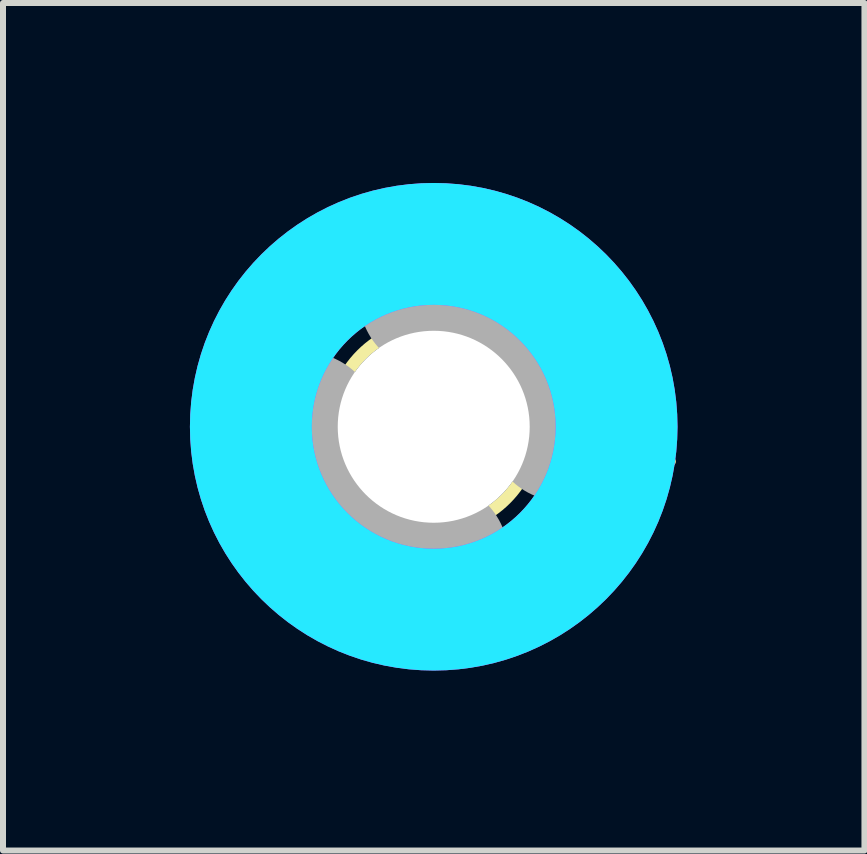
<source format=kicad_pcb>
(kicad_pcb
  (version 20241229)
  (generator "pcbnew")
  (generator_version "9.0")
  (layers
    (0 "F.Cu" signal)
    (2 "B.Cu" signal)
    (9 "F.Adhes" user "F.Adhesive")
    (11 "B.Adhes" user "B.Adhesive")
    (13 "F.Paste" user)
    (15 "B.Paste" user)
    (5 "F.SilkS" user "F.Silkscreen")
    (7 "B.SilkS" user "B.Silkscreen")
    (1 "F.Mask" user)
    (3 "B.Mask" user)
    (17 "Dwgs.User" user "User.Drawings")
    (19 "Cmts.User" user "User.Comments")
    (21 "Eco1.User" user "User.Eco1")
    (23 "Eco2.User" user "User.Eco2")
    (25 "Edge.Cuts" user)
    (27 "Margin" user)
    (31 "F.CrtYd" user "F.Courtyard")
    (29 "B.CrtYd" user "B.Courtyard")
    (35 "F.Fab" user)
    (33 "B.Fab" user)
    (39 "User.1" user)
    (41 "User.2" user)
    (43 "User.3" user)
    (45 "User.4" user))
  (footprint "footprint"
    (layer "F.Cu")
    (at 4.18 4.064)
    (property "Reference" "footprint" (at 0 0 0) (layer "F.SilkS") (effects (font (size 1.27 1.27) (thickness 0.15))))
    (fp_circle (center 0 0) (end 1.7 0) (stroke (width 0.203) (type solid)) (fill no) (layer "F.SilkS"))
    (fp_circle (center 0 0) (end 3.429 0) (stroke (width 0.152) (type solid)) (fill no) (layer "F.SilkS"))
    (fp_circle (center 0 0) (end 3.048 0) (stroke (width 2.032) (type solid)) (fill no) (layer "B.CrtYd"))
    (fp_circle (center 0 0) (end 3.048 0) (stroke (width 2.032) (type solid)) (fill no) (layer "F.CrtYd"))
    (fp_arc (start 0 -2.159) (mid 1.526644 -1.526644) (end 2.159 0) (stroke (width 2.4892) (type solid)) (layer "F.Fab"))
    (fp_arc (start 0 2.159) (mid -1.526644 1.526644) (end -2.159 0) (stroke (width 2.4892) (type solid)) (layer "F.Fab"))
    (fp_circle (center 0 0) (end 0.762 0) (stroke (width 0.457) (type solid)) (fill no) (layer "F.Fab"))
    (pad "" np_thru_hole circle (at 0 0) (size 3.2 3.2) (drill 3.2) (layers "*.Cu" "*.Mask"))
    (zone (net_name "") (layer "F.Cu") (hatch edge 0.508) (connect_pads) (min_thickness 0.254) (filled_areas_thickness no) (keepout (tracks not_allowed) (vias not_allowed) (pads not_allowed) (copperpour not_allowed) (footprints allowed)) (placement (enabled no)) (fill) (polygon (pts (xy 8.244 4.064) (xy 8.182 3.358) (xy 7.999 2.674) (xy 7.7 2.032) (xy 7.293 1.452) (xy 6.792 0.951) (xy 6.212 0.544) (xy 5.57 0.245) (xy 4.886 0.062) (xy 4.18 0) (xy 3.474 0.062) (xy 2.79 0.245) (xy 2.148 0.544) (xy 1.568 0.951) (xy 1.067 1.452) (xy 0.661 2.032) (xy 0.361 2.674) (xy 0.178 3.358) (xy 0.116 4.064) (xy 0.178 4.77) (xy 0.361 5.454) (xy 0.661 6.096) (xy 1.067 6.676) (xy 1.568 7.177) (xy 2.148 7.584) (xy 2.79 7.883) (xy 3.474 8.066) (xy 4.18 8.128) (xy 4.886 8.066) (xy 5.57 7.883) (xy 6.212 7.584) (xy 6.792 7.177) (xy 7.293 6.676) (xy 7.7 6.096) (xy 7.999 5.454) (xy 8.182 4.77))) (polygon (pts (xy 6.212 4.064) (xy 6.181 3.711) (xy 6.09 3.369) (xy 5.94 3.048) (xy 5.737 2.758) (xy 5.486 2.507) (xy 5.196 2.304) (xy 4.875 2.155) (xy 4.533 2.063) (xy 4.18 2.032) (xy 3.827 2.063) (xy 3.485 2.155) (xy 3.164 2.304) (xy 2.874 2.507) (xy 2.624 2.758) (xy 2.42 3.048) (xy 2.271 3.369) (xy 2.179 3.711) (xy 2.148 4.064) (xy 2.179 4.417) (xy 2.271 4.759) (xy 2.42 5.08) (xy 2.624 5.37) (xy 2.874 5.621) (xy 3.164 5.824) (xy 3.485 5.973) (xy 3.827 6.065) (xy 4.18 6.096) (xy 4.533 6.065) (xy 4.875 5.973) (xy 5.196 5.824) (xy 5.486 5.621) (xy 5.737 5.37) (xy 5.94 5.08) (xy 6.09 4.759) (xy 6.181 4.417))))
    (zone (net_name "") (layers "F.Cu" "B.Cu") (hatch edge 0.508) (connect_pads) (min_thickness 0.254) (filled_areas_thickness no) (keepout (tracks allowed) (vias not_allowed) (pads allowed) (copperpour allowed) (footprints allowed)) (placement (enabled no)) (fill) (polygon (pts (xy 8.244 4.064) (xy 8.182 3.358) (xy 7.999 2.674) (xy 7.7 2.032) (xy 7.293 1.452) (xy 6.792 0.951) (xy 6.212 0.544) (xy 5.57 0.245) (xy 4.886 0.062) (xy 4.18 0) (xy 3.474 0.062) (xy 2.79 0.245) (xy 2.148 0.544) (xy 1.568 0.951) (xy 1.067 1.452) (xy 0.661 2.032) (xy 0.361 2.674) (xy 0.178 3.358) (xy 0.116 4.064) (xy 0.178 4.77) (xy 0.361 5.454) (xy 0.661 6.096) (xy 1.067 6.676) (xy 1.568 7.177) (xy 2.148 7.584) (xy 2.79 7.883) (xy 3.474 8.066) (xy 4.18 8.128) (xy 4.886 8.066) (xy 5.57 7.883) (xy 6.212 7.584) (xy 6.792 7.177) (xy 7.293 6.676) (xy 7.7 6.096) (xy 7.999 5.454) (xy 8.182 4.77))) (polygon (pts (xy 6.212 4.064) (xy 6.181 3.711) (xy 6.09 3.369) (xy 5.94 3.048) (xy 5.737 2.758) (xy 5.486 2.507) (xy 5.196 2.304) (xy 4.875 2.155) (xy 4.533 2.063) (xy 4.18 2.032) (xy 3.827 2.063) (xy 3.485 2.155) (xy 3.164 2.304) (xy 2.874 2.507) (xy 2.624 2.758) (xy 2.42 3.048) (xy 2.271 3.369) (xy 2.179 3.711) (xy 2.148 4.064) (xy 2.179 4.417) (xy 2.271 4.759) (xy 2.42 5.08) (xy 2.624 5.37) (xy 2.874 5.621) (xy 3.164 5.824) (xy 3.485 5.973) (xy 3.827 6.065) (xy 4.18 6.096) (xy 4.533 6.065) (xy 4.875 5.973) (xy 5.196 5.824) (xy 5.486 5.621) (xy 5.737 5.37) (xy 5.94 5.08) (xy 6.09 4.759) (xy 6.181 4.417))))
    (zone (net_name "") (layer "B.Cu") (hatch edge 0.508) (connect_pads) (min_thickness 0.254) (filled_areas_thickness no) (keepout (tracks not_allowed) (vias not_allowed) (pads not_allowed) (copperpour not_allowed) (footprints allowed)) (placement (enabled no)) (fill) (polygon (pts (xy 8.244 4.064) (xy 8.182 3.358) (xy 7.999 2.674) (xy 7.7 2.032) (xy 7.293 1.452) (xy 6.792 0.951) (xy 6.212 0.544) (xy 5.57 0.245) (xy 4.886 0.062) (xy 4.18 0) (xy 3.474 0.062) (xy 2.79 0.245) (xy 2.148 0.544) (xy 1.568 0.951) (xy 1.067 1.452) (xy 0.661 2.032) (xy 0.361 2.674) (xy 0.178 3.358) (xy 0.116 4.064) (xy 0.178 4.77) (xy 0.361 5.454) (xy 0.661 6.096) (xy 1.067 6.676) (xy 1.568 7.177) (xy 2.148 7.584) (xy 2.79 7.883) (xy 3.474 8.066) (xy 4.18 8.128) (xy 4.886 8.066) (xy 5.57 7.883) (xy 6.212 7.584) (xy 6.792 7.177) (xy 7.293 6.676) (xy 7.7 6.096) (xy 7.999 5.454) (xy 8.182 4.77))) (polygon (pts (xy 6.212 4.064) (xy 6.181 3.711) (xy 6.09 3.369) (xy 5.94 3.048) (xy 5.737 2.758) (xy 5.486 2.507) (xy 5.196 2.304) (xy 4.875 2.155) (xy 4.533 2.063) (xy 4.18 2.032) (xy 3.827 2.063) (xy 3.485 2.155) (xy 3.164 2.304) (xy 2.874 2.507) (xy 2.624 2.758) (xy 2.42 3.048) (xy 2.271 3.369) (xy 2.179 3.711) (xy 2.148 4.064) (xy 2.179 4.417) (xy 2.271 4.759) (xy 2.42 5.08) (xy 2.624 5.37) (xy 2.874 5.621) (xy 3.164 5.824) (xy 3.485 5.973) (xy 3.827 6.065) (xy 4.18 6.096) (xy 4.533 6.065) (xy 4.875 5.973) (xy 5.196 5.824) (xy 5.486 5.621) (xy 5.737 5.37) (xy 5.94 5.08) (xy 6.09 4.759) (xy 6.181 4.417)))))
  (gr_rect
    (start -3 -3)
    (end 11.36 11.128)
    (stroke (width 0.1) (type default))
    (fill no)
    (layer "Edge.Cuts")))
</source>
